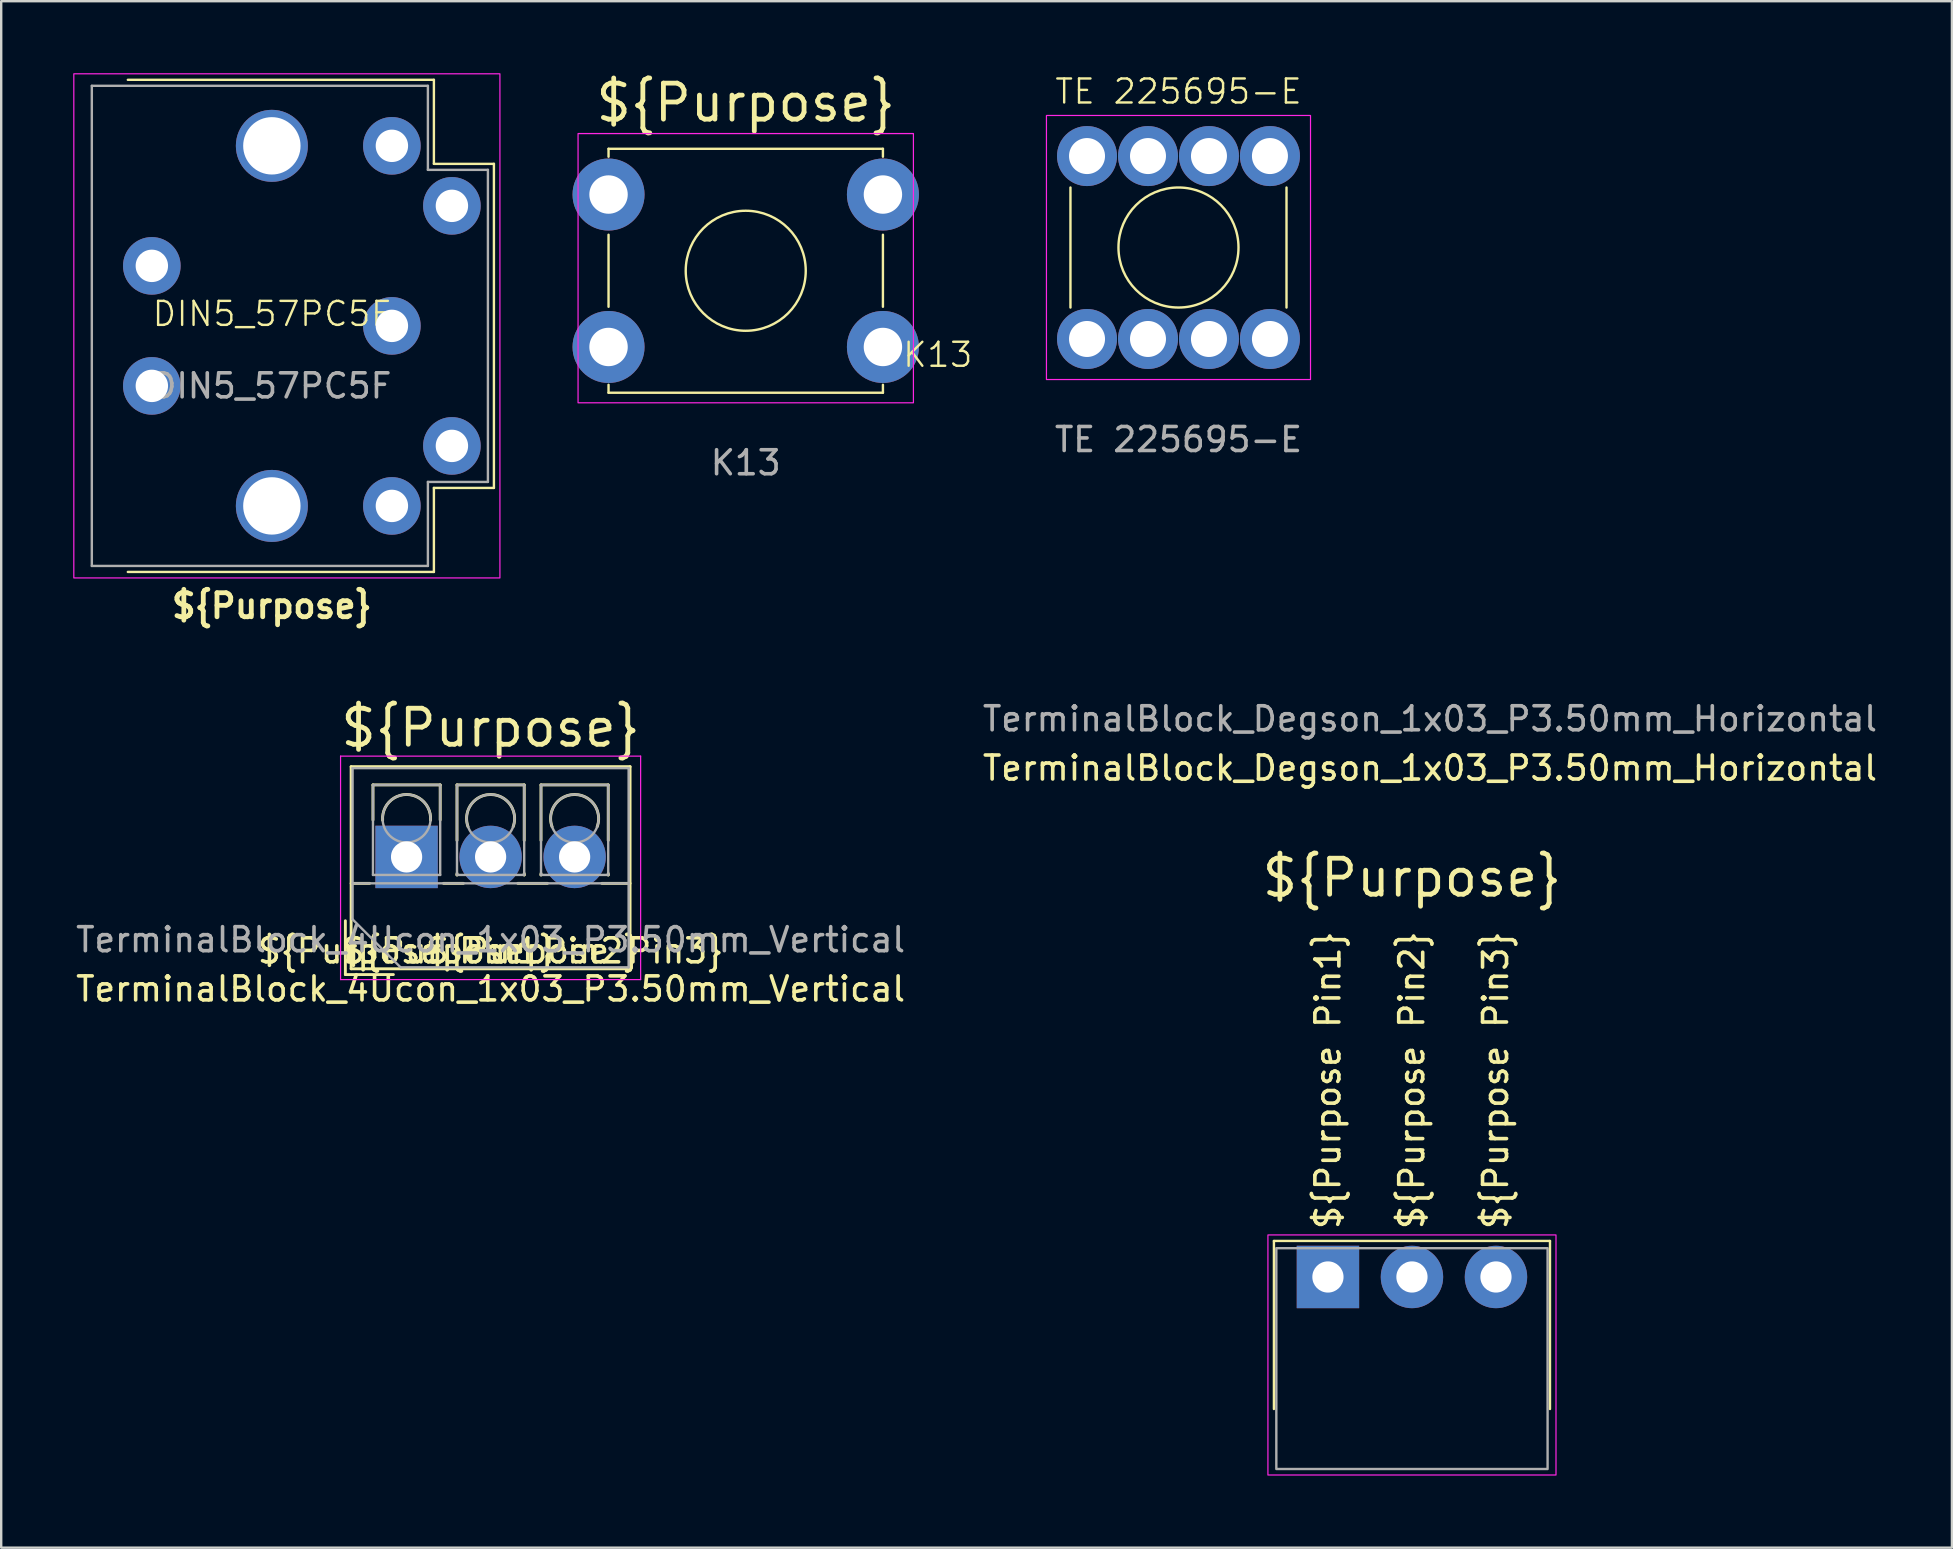
<source format=kicad_pcb>
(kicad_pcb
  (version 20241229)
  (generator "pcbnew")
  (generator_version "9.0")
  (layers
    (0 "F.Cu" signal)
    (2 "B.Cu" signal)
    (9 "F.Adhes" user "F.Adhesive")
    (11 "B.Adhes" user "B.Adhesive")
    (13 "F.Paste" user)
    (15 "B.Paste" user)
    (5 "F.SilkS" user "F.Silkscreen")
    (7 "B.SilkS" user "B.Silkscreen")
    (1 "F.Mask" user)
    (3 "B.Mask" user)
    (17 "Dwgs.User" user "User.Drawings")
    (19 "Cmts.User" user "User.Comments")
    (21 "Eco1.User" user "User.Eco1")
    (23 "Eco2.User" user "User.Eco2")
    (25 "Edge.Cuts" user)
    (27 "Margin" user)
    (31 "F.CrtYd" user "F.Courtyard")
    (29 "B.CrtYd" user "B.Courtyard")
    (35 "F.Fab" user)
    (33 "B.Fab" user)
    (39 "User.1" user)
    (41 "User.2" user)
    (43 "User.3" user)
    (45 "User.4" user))
  (footprint "TerminalBlock_Degson_1x03_P3.50mm_Horizontal"
    (layer "F.Cu")
    (at 52.268 50.145)
    (property "Reference" "TerminalBlock_Degson_1x03_P3.50mm_Horizontal" (at 4.25 -21.2 0) (layer "F.SilkS") (effects (font (size 1 1) (thickness 0.15))))
    (attr through_hole)
    (fp_line (start -2.25 -1.5) (end -2.25 5.5) (stroke (width 0.1) (type default)) (layer "F.SilkS"))
    (fp_line (start -2.25 -1.5) (end 9.25 -1.5) (stroke (width 0.1) (type default)) (layer "F.SilkS"))
    (fp_line (start 9.25 -1.5) (end 9.25 5.5) (stroke (width 0.1) (type default)) (layer "F.SilkS"))
    (fp_rect (start -2.5 -1.75) (end 9.5 8.25) (stroke (width 0.05) (type default)) (fill no) (layer "F.CrtYd"))
    (fp_rect (start -2.15 -1.2) (end 9.15 8) (stroke (width 0.1) (type default)) (fill no) (layer "F.Fab"))
    (fp_text user "${Purpose Pin2}" (at 3.493 -1.905 90) (unlocked yes) (layer "F.SilkS") (effects (font (size 1 1) (thickness 0.15)) (justify left)))
    (fp_text user "${Purpose Pin1}" (at 0 -1.905 90) (unlocked yes) (layer "F.SilkS") (effects (font (size 1 1) (thickness 0.15)) (justify left)))
    (fp_text user "${Purpose}" (at 3.5 -15.75 0) (unlocked yes) (layer "F.SilkS") (effects (font (size 1.5 1.5) (thickness 0.2)) (justify bottom)))
    (fp_text user "${Purpose Pin3}" (at 6.985 -1.905 90) (unlocked yes) (layer "F.SilkS") (effects (font (size 1 1) (thickness 0.15)) (justify left)))
    (fp_text user "${REFERENCE}" (at 4.25 -23.25 0) (layer "F.Fab") (effects (font (size 1 1) (thickness 0.15))))
    (pad "1" thru_hole rect (at 0 0) (size 2.6 2.6) (drill 1.3) (layers "*.Cu" "*.Mask"))
    (pad "2" thru_hole circle (at 3.5 0) (size 2.6 2.6) (drill 1.3) (layers "*.Cu" "*.Mask"))
    (pad "3" thru_hole circle (at 7 0) (size 2.6 2.6) (drill 1.3) (layers "*.Cu" "*.Mask")))
  (footprint "K13"
    (layer "F.Cu")
    (at 28.015 8.229)
    (property "Reference" "K13" (at 8 3.5 0) (unlocked yes) (layer "F.SilkS") (effects (font (size 1 1) (thickness 0.1))))
    (attr through_hole)
    (fp_line (start -5.715 -5.08) (end -5.715 -4.75) (stroke (width 0.1) (type default)) (layer "F.SilkS"))
    (fp_line (start -5.715 -5.08) (end 5.715 -5.08) (stroke (width 0.1) (type default)) (layer "F.SilkS"))
    (fp_line (start -5.715 -1.5) (end -5.715 1.5) (stroke (width 0.1) (type default)) (layer "F.SilkS"))
    (fp_line (start -5.715 5.08) (end -5.715 4.75) (stroke (width 0.1) (type default)) (layer "F.SilkS"))
    (fp_line (start 5.715 -5.08) (end 5.715 -4.75) (stroke (width 0.1) (type default)) (layer "F.SilkS"))
    (fp_line (start 5.715 -1.5) (end 5.715 1.5) (stroke (width 0.1) (type default)) (layer "F.SilkS"))
    (fp_line (start 5.715 5.08) (end -5.715 5.08) (stroke (width 0.1) (type default)) (layer "F.SilkS"))
    (fp_line (start 5.715 5.08) (end 5.715 4.75) (stroke (width 0.1) (type default)) (layer "F.SilkS"))
    (fp_circle (center 0 0) (end 2.5 0) (stroke (width 0.1) (type default)) (fill no) (layer "F.SilkS"))
    (fp_rect (start -6.985 -5.715) (end 6.985 5.5) (stroke (width 0.05) (type default)) (fill no) (layer "F.CrtYd"))
    (fp_text user "${Purpose}" (at 0 -7 0) (unlocked yes) (layer "F.SilkS") (effects (font (size 1.5 1.5) (thickness 0.2))))
    (fp_text user "${REFERENCE}" (at 0 8 0) (unlocked yes) (layer "F.Fab") (effects (font (size 1 1) (thickness 0.15))))
    (pad "1" thru_hole circle (at -5.715 -3.175) (size 3 3) (drill 1.6) (layers "*.Cu" "*.Mask"))
    (pad "1" thru_hole circle (at -5.715 3.175) (size 3 3) (drill 1.6) (layers "*.Cu" "*.Mask"))
    (pad "1" thru_hole circle (at 5.715 -3.175) (size 3 3) (drill 1.6) (layers "*.Cu" "*.Mask"))
    (pad "1" thru_hole circle (at 5.715 3.175) (size 3 3) (drill 1.6) (layers "*.Cu" "*.Mask")))
  (footprint "TerminalBlock_4Ucon_1x03_P3.50mm_Vertical"
    (layer "F.Cu")
    (at 13.887 32.647)
    (property "Reference" "TerminalBlock_4Ucon_1x03_P3.50mm_Vertical" (at 3.5 5.5 0) (layer "F.SilkS") (effects (font (size 1 1) (thickness 0.15))))
    (attr through_hole)
    (fp_line (start -2.55 2.66) (end -2.55 4.9) (stroke (width 0.12) (type solid)) (layer "F.SilkS"))
    (fp_line (start -2.55 4.9) (end -0.55 4.9) (stroke (width 0.12) (type solid)) (layer "F.SilkS"))
    (fp_line (start -2.31 -3.76) (end -2.31 4.66) (stroke (width 0.12) (type solid)) (layer "F.SilkS"))
    (fp_line (start -2.31 -3.76) (end 9.31 -3.76) (stroke (width 0.12) (type solid)) (layer "F.SilkS"))
    (fp_line (start -2.31 1.101) (end -1.54 1.101) (stroke (width 0.12) (type solid)) (layer "F.SilkS"))
    (fp_line (start -2.31 4.66) (end 9.31 4.66) (stroke (width 0.12) (type solid)) (layer "F.SilkS"))
    (fp_line (start -1.4 -3) (end -1.4 -1.54) (stroke (width 0.12) (type solid)) (layer "F.SilkS"))
    (fp_line (start -1.4 -3) (end 1.4 -3) (stroke (width 0.12) (type solid)) (layer "F.SilkS"))
    (fp_line (start 1.4 -3) (end 1.4 -1.54) (stroke (width 0.12) (type solid)) (layer "F.SilkS"))
    (fp_line (start 1.54 1.101) (end 2.367 1.101) (stroke (width 0.12) (type solid)) (layer "F.SilkS"))
    (fp_line (start 2.1 -3) (end 2.1 -0.689) (stroke (width 0.12) (type solid)) (layer "F.SilkS"))
    (fp_line (start 2.1 -3) (end 4.9 -3) (stroke (width 0.12) (type solid)) (layer "F.SilkS"))
    (fp_line (start 2.1 0.689) (end 2.1 0.75) (stroke (width 0.12) (type solid)) (layer "F.SilkS"))
    (fp_line (start 2.1 0.75) (end 2.101 0.75) (stroke (width 0.12) (type solid)) (layer "F.SilkS"))
    (fp_line (start 4.634 1.101) (end 5.867 1.101) (stroke (width 0.12) (type solid)) (layer "F.SilkS"))
    (fp_line (start 4.9 -3) (end 4.9 -0.689) (stroke (width 0.12) (type solid)) (layer "F.SilkS"))
    (fp_line (start 4.9 0.689) (end 4.9 0.75) (stroke (width 0.12) (type solid)) (layer "F.SilkS"))
    (fp_line (start 4.9 0.75) (end 4.9 0.75) (stroke (width 0.12) (type solid)) (layer "F.SilkS"))
    (fp_line (start 5.6 -3) (end 5.6 -0.689) (stroke (width 0.12) (type solid)) (layer "F.SilkS"))
    (fp_line (start 5.6 -3) (end 8.4 -3) (stroke (width 0.12) (type solid)) (layer "F.SilkS"))
    (fp_line (start 5.6 0.689) (end 5.6 0.75) (stroke (width 0.12) (type solid)) (layer "F.SilkS"))
    (fp_line (start 5.6 0.75) (end 5.601 0.75) (stroke (width 0.12) (type solid)) (layer "F.SilkS"))
    (fp_line (start 8.134 1.101) (end 9.31 1.101) (stroke (width 0.12) (type solid)) (layer "F.SilkS"))
    (fp_line (start 8.4 -3) (end 8.4 -0.689) (stroke (width 0.12) (type solid)) (layer "F.SilkS"))
    (fp_line (start 8.4 0.689) (end 8.4 0.75) (stroke (width 0.12) (type solid)) (layer "F.SilkS"))
    (fp_line (start 8.4 0.75) (end 8.4 0.75) (stroke (width 0.12) (type solid)) (layer "F.SilkS"))
    (fp_line (start 9.31 -3.76) (end 9.31 4.66) (stroke (width 0.12) (type solid)) (layer "F.SilkS"))
    (fp_arc (start -0.99789 -1.529434) (mid -0.000785 -2.600382) (end 0.998 -1.531) (stroke (width 0.12) (type solid)) (layer "F.SilkS"))
    (fp_arc (start 2.560085 -1.257767) (mid 3.499876 -2.600282) (end 4.44 -1.258) (stroke (width 0.12) (type solid)) (layer "F.SilkS"))
    (fp_arc (start 6.060085 -1.257767) (mid 6.999876 -2.600282) (end 7.94 -1.258) (stroke (width 0.12) (type solid)) (layer "F.SilkS"))
    (fp_line (start -2.75 -4.2) (end -2.75 5.11) (stroke (width 0.05) (type solid)) (layer "F.CrtYd"))
    (fp_line (start -2.75 5.11) (end 9.75 5.11) (stroke (width 0.05) (type solid)) (layer "F.CrtYd"))
    (fp_line (start 9.75 -4.2) (end -2.75 -4.2) (stroke (width 0.05) (type solid)) (layer "F.CrtYd"))
    (fp_line (start 9.75 5.11) (end 9.75 -4.2) (stroke (width 0.05) (type solid)) (layer "F.CrtYd"))
    (fp_line (start -2.25 -3.7) (end 9.25 -3.7) (stroke (width 0.1) (type solid)) (layer "F.Fab"))
    (fp_line (start -2.25 1.1) (end 9.25 1.1) (stroke (width 0.1) (type solid)) (layer "F.Fab"))
    (fp_line (start -2.25 2.6) (end -2.25 -3.7) (stroke (width 0.1) (type solid)) (layer "F.Fab"))
    (fp_line (start -1.4 -3) (end -1.4 0.75) (stroke (width 0.1) (type solid)) (layer "F.Fab"))
    (fp_line (start -1.4 0.75) (end 1.4 0.75) (stroke (width 0.1) (type solid)) (layer "F.Fab"))
    (fp_line (start -0.25 4.6) (end -2.25 2.6) (stroke (width 0.1) (type solid)) (layer "F.Fab"))
    (fp_line (start 1.4 -3) (end -1.4 -3) (stroke (width 0.1) (type solid)) (layer "F.Fab"))
    (fp_line (start 1.4 0.75) (end 1.4 -3) (stroke (width 0.1) (type solid)) (layer "F.Fab"))
    (fp_line (start 2.1 -3) (end 2.1 0.75) (stroke (width 0.1) (type solid)) (layer "F.Fab"))
    (fp_line (start 2.1 0.75) (end 4.9 0.75) (stroke (width 0.1) (type solid)) (layer "F.Fab"))
    (fp_line (start 4.9 -3) (end 2.1 -3) (stroke (width 0.1) (type solid)) (layer "F.Fab"))
    (fp_line (start 4.9 0.75) (end 4.9 -3) (stroke (width 0.1) (type solid)) (layer "F.Fab"))
    (fp_line (start 5.6 -3) (end 5.6 0.75) (stroke (width 0.1) (type solid)) (layer "F.Fab"))
    (fp_line (start 5.6 0.75) (end 8.4 0.75) (stroke (width 0.1) (type solid)) (layer "F.Fab"))
    (fp_line (start 8.4 -3) (end 5.6 -3) (stroke (width 0.1) (type solid)) (layer "F.Fab"))
    (fp_line (start 8.4 0.75) (end 8.4 -3) (stroke (width 0.1) (type solid)) (layer "F.Fab"))
    (fp_line (start 9.25 -3.7) (end 9.25 4.6) (stroke (width 0.1) (type solid)) (layer "F.Fab"))
    (fp_line (start 9.25 4.6) (end -0.25 4.6) (stroke (width 0.1) (type solid)) (layer "F.Fab"))
    (fp_circle (center 0 -1.6) (end 1 -1.6) (stroke (width 0.1) (type solid)) (fill no) (layer "F.Fab"))
    (fp_circle (center 3.5 -1.6) (end 4.5 -1.6) (stroke (width 0.1) (type solid)) (fill no) (layer "F.Fab"))
    (fp_circle (center 7 -1.6) (end 8 -1.6) (stroke (width 0.1) (type solid)) (fill no) (layer "F.Fab"))
    (fp_text user "${Purpose}" (at 3.5 -4.5 0) (unlocked yes) (layer "F.SilkS") (effects (font (size 1.5 1.5) (thickness 0.2)) (justify bottom)))
    (fp_text user "${Purpose Pin3}" (at 7 4.5 0) (unlocked yes) (layer "F.SilkS") (effects (font (size 1 1) (thickness 0.15)) (justify bottom)))
    (fp_text user "${Purpose Pin2}" (at 3.5 4.5 0) (unlocked yes) (layer "F.SilkS") (effects (font (size 1 1) (thickness 0.15)) (justify bottom)))
    (fp_text user "${Purpose Pin1}" (at 0 4.5 0) (unlocked yes) (layer "F.SilkS") (effects (font (size 1 1) (thickness 0.15)) (justify bottom)))
    (fp_text user "${REFERENCE}" (at 3.5 3.45 0) (layer "F.Fab") (effects (font (size 1 1) (thickness 0.15))))
    (pad "1" thru_hole rect (at 0 0) (size 2.6 2.6) (drill 1.3) (layers "*.Cu" "*.Mask"))
    (pad "2" thru_hole circle (at 3.5 0) (size 2.6 2.6) (drill 1.3) (layers "*.Cu" "*.Mask"))
    (pad "3" thru_hole circle (at 7 0) (size 2.6 2.6) (drill 1.3) (layers "*.Cu" "*.Mask")))
  (footprint "TE 225695-E"
    (layer "F.Cu")
    (at 46.042 7.261)
    (property "Reference" "TE 225695-E" (at 0 -6.5 0) (unlocked yes) (layer "F.SilkS") (effects (font (size 1 1) (thickness 0.1))))
    (attr through_hole)
    (fp_line (start -4.5 -2.5) (end -4.5 2.5) (stroke (width 0.1) (type default)) (layer "F.SilkS"))
    (fp_line (start 4.5 -2.5) (end 4.5 2.5) (stroke (width 0.1) (type default)) (layer "F.SilkS"))
    (fp_circle (center 0 0) (end 2.5 0) (stroke (width 0.1) (type default)) (fill no) (layer "F.SilkS"))
    (fp_rect (start -5.5 -5.5) (end 5.5 5.5) (stroke (width 0.05) (type default)) (fill no) (layer "F.CrtYd"))
    (fp_text user "${REFERENCE}" (at 0 8 0) (unlocked yes) (layer "F.Fab") (effects (font (size 1 1) (thickness 0.15))))
    (pad "1" thru_hole circle (at -3.81 -3.81) (size 2.5 2.5) (drill 1.5) (layers "*.Cu" "*.Mask"))
    (pad "1" thru_hole circle (at -3.81 3.81) (size 2.5 2.5) (drill 1.5) (layers "*.Cu" "*.Mask"))
    (pad "1" thru_hole circle (at -1.27 -3.81) (size 2.5 2.5) (drill 1.5) (layers "*.Cu" "*.Mask"))
    (pad "1" thru_hole circle (at -1.27 3.81) (size 2.5 2.5) (drill 1.5) (layers "*.Cu" "*.Mask"))
    (pad "1" thru_hole circle (at 1.27 -3.81) (size 2.5 2.5) (drill 1.5) (layers "*.Cu" "*.Mask"))
    (pad "1" thru_hole circle (at 1.27 3.81) (size 2.5 2.5) (drill 1.5) (layers "*.Cu" "*.Mask"))
    (pad "1" thru_hole circle (at 3.81 -3.81) (size 2.5 2.5) (drill 1.5) (layers "*.Cu" "*.Mask"))
    (pad "1" thru_hole circle (at 3.81 3.81) (size 2.5 2.5) (drill 1.5) (layers "*.Cu" "*.Mask")))
  (footprint "DIN5_57PC5F"
    (layer "F.Cu")
    (at 8.275 10.525)
    (property "Reference" "DIN5_57PC5F" (at 0 -0.5 0) (unlocked yes) (layer "F.SilkS") (effects (font (size 1 1) (thickness 0.1))))
    (attr through_hole)
    (fp_line (start -6 -10.25) (end 6.75 -10.25) (stroke (width 0.1) (type default)) (layer "F.SilkS"))
    (fp_line (start 6.75 -10.25) (end 6.75 -6.75) (stroke (width 0.1) (type default)) (layer "F.SilkS"))
    (fp_line (start 6.75 -6.75) (end 9.25 -6.75) (stroke (width 0.1) (type default)) (layer "F.SilkS"))
    (fp_line (start 6.75 6.75) (end 6.75 10.25) (stroke (width 0.1) (type default)) (layer "F.SilkS"))
    (fp_line (start 6.75 10.25) (end -6 10.25) (stroke (width 0.1) (type default)) (layer "F.SilkS"))
    (fp_line (start 9.25 -6.75) (end 9.25 6.75) (stroke (width 0.1) (type default)) (layer "F.SilkS"))
    (fp_line (start 9.25 6.75) (end 6.75 6.75) (stroke (width 0.1) (type default)) (layer "F.SilkS"))
    (fp_rect (start -8.25 -10.5) (end 9.5 10.5) (stroke (width 0.05) (type default)) (fill no) (layer "F.CrtYd"))
    (fp_line (start -7.5 -10) (end -7.5 10) (stroke (width 0.1) (type default)) (layer "F.Fab"))
    (fp_line (start -7.5 -10) (end 6.5 -10) (stroke (width 0.1) (type default)) (layer "F.Fab"))
    (fp_line (start 6.5 -10) (end 6.5 -6.5) (stroke (width 0.1) (type default)) (layer "F.Fab"))
    (fp_line (start 6.5 -6.5) (end 9 -6.5) (stroke (width 0.1) (type default)) (layer "F.Fab"))
    (fp_line (start 6.5 6.5) (end 6.5 10) (stroke (width 0.1) (type default)) (layer "F.Fab"))
    (fp_line (start 6.5 10) (end -7.5 10) (stroke (width 0.1) (type default)) (layer "F.Fab"))
    (fp_line (start 9 -6.5) (end 9 6.5) (stroke (width 0.1) (type default)) (layer "F.Fab"))
    (fp_line (start 9 6.5) (end 6.5 6.5) (stroke (width 0.1) (type default)) (layer "F.Fab"))
    (fp_text user "${Purpose}" (at 0 12.25 0) (unlocked yes) (layer "F.SilkS") (effects (font (size 1 1) (thickness 0.2) (bold yes)) (justify bottom)))
    (fp_text user "${REFERENCE}" (at 0 2.5 0) (unlocked yes) (layer "F.Fab") (effects (font (size 1 1) (thickness 0.15))))
    (pad "1" thru_hole circle (at 5 7.5) (size 2.4 2.4) (drill 1.35) (layers "*.Cu" "*.Mask"))
    (pad "2" thru_hole circle (at 5 0) (size 2.4 2.4) (drill 1.35) (layers "*.Cu" "*.Mask"))
    (pad "3" thru_hole circle (at 5 -7.5) (size 2.4 2.4) (drill 1.35) (layers "*.Cu" "*.Mask"))
    (pad "4" thru_hole circle (at 7.5 5) (size 2.4 2.4) (drill 1.35) (layers "*.Cu" "*.Mask"))
    (pad "5" thru_hole circle (at 7.5 -5) (size 2.4 2.4) (drill 1.35) (layers "*.Cu" "*.Mask"))
    (pad "6" thru_hole circle (at -5 -2.5) (size 2.4 2.4) (drill 1.35) (layers "*.Cu" "*.Mask"))
    (pad "6" thru_hole circle (at -5 2.5) (size 2.4 2.4) (drill 1.35) (layers "*.Cu" "*.Mask"))
    (pad "6" thru_hole circle (at 0 -7.5) (size 3 3) (drill 2.39) (layers "*.Cu" "*.Mask"))
    (pad "6" thru_hole circle (at 0 7.5) (size 3 3) (drill 2.39) (layers "*.Cu" "*.Mask")))
  (gr_rect
    (start -3 -3)
    (end 78.262 61.42)
    (stroke (width 0.1) (type default))
    (fill no)
    (layer "Edge.Cuts")))
</source>
